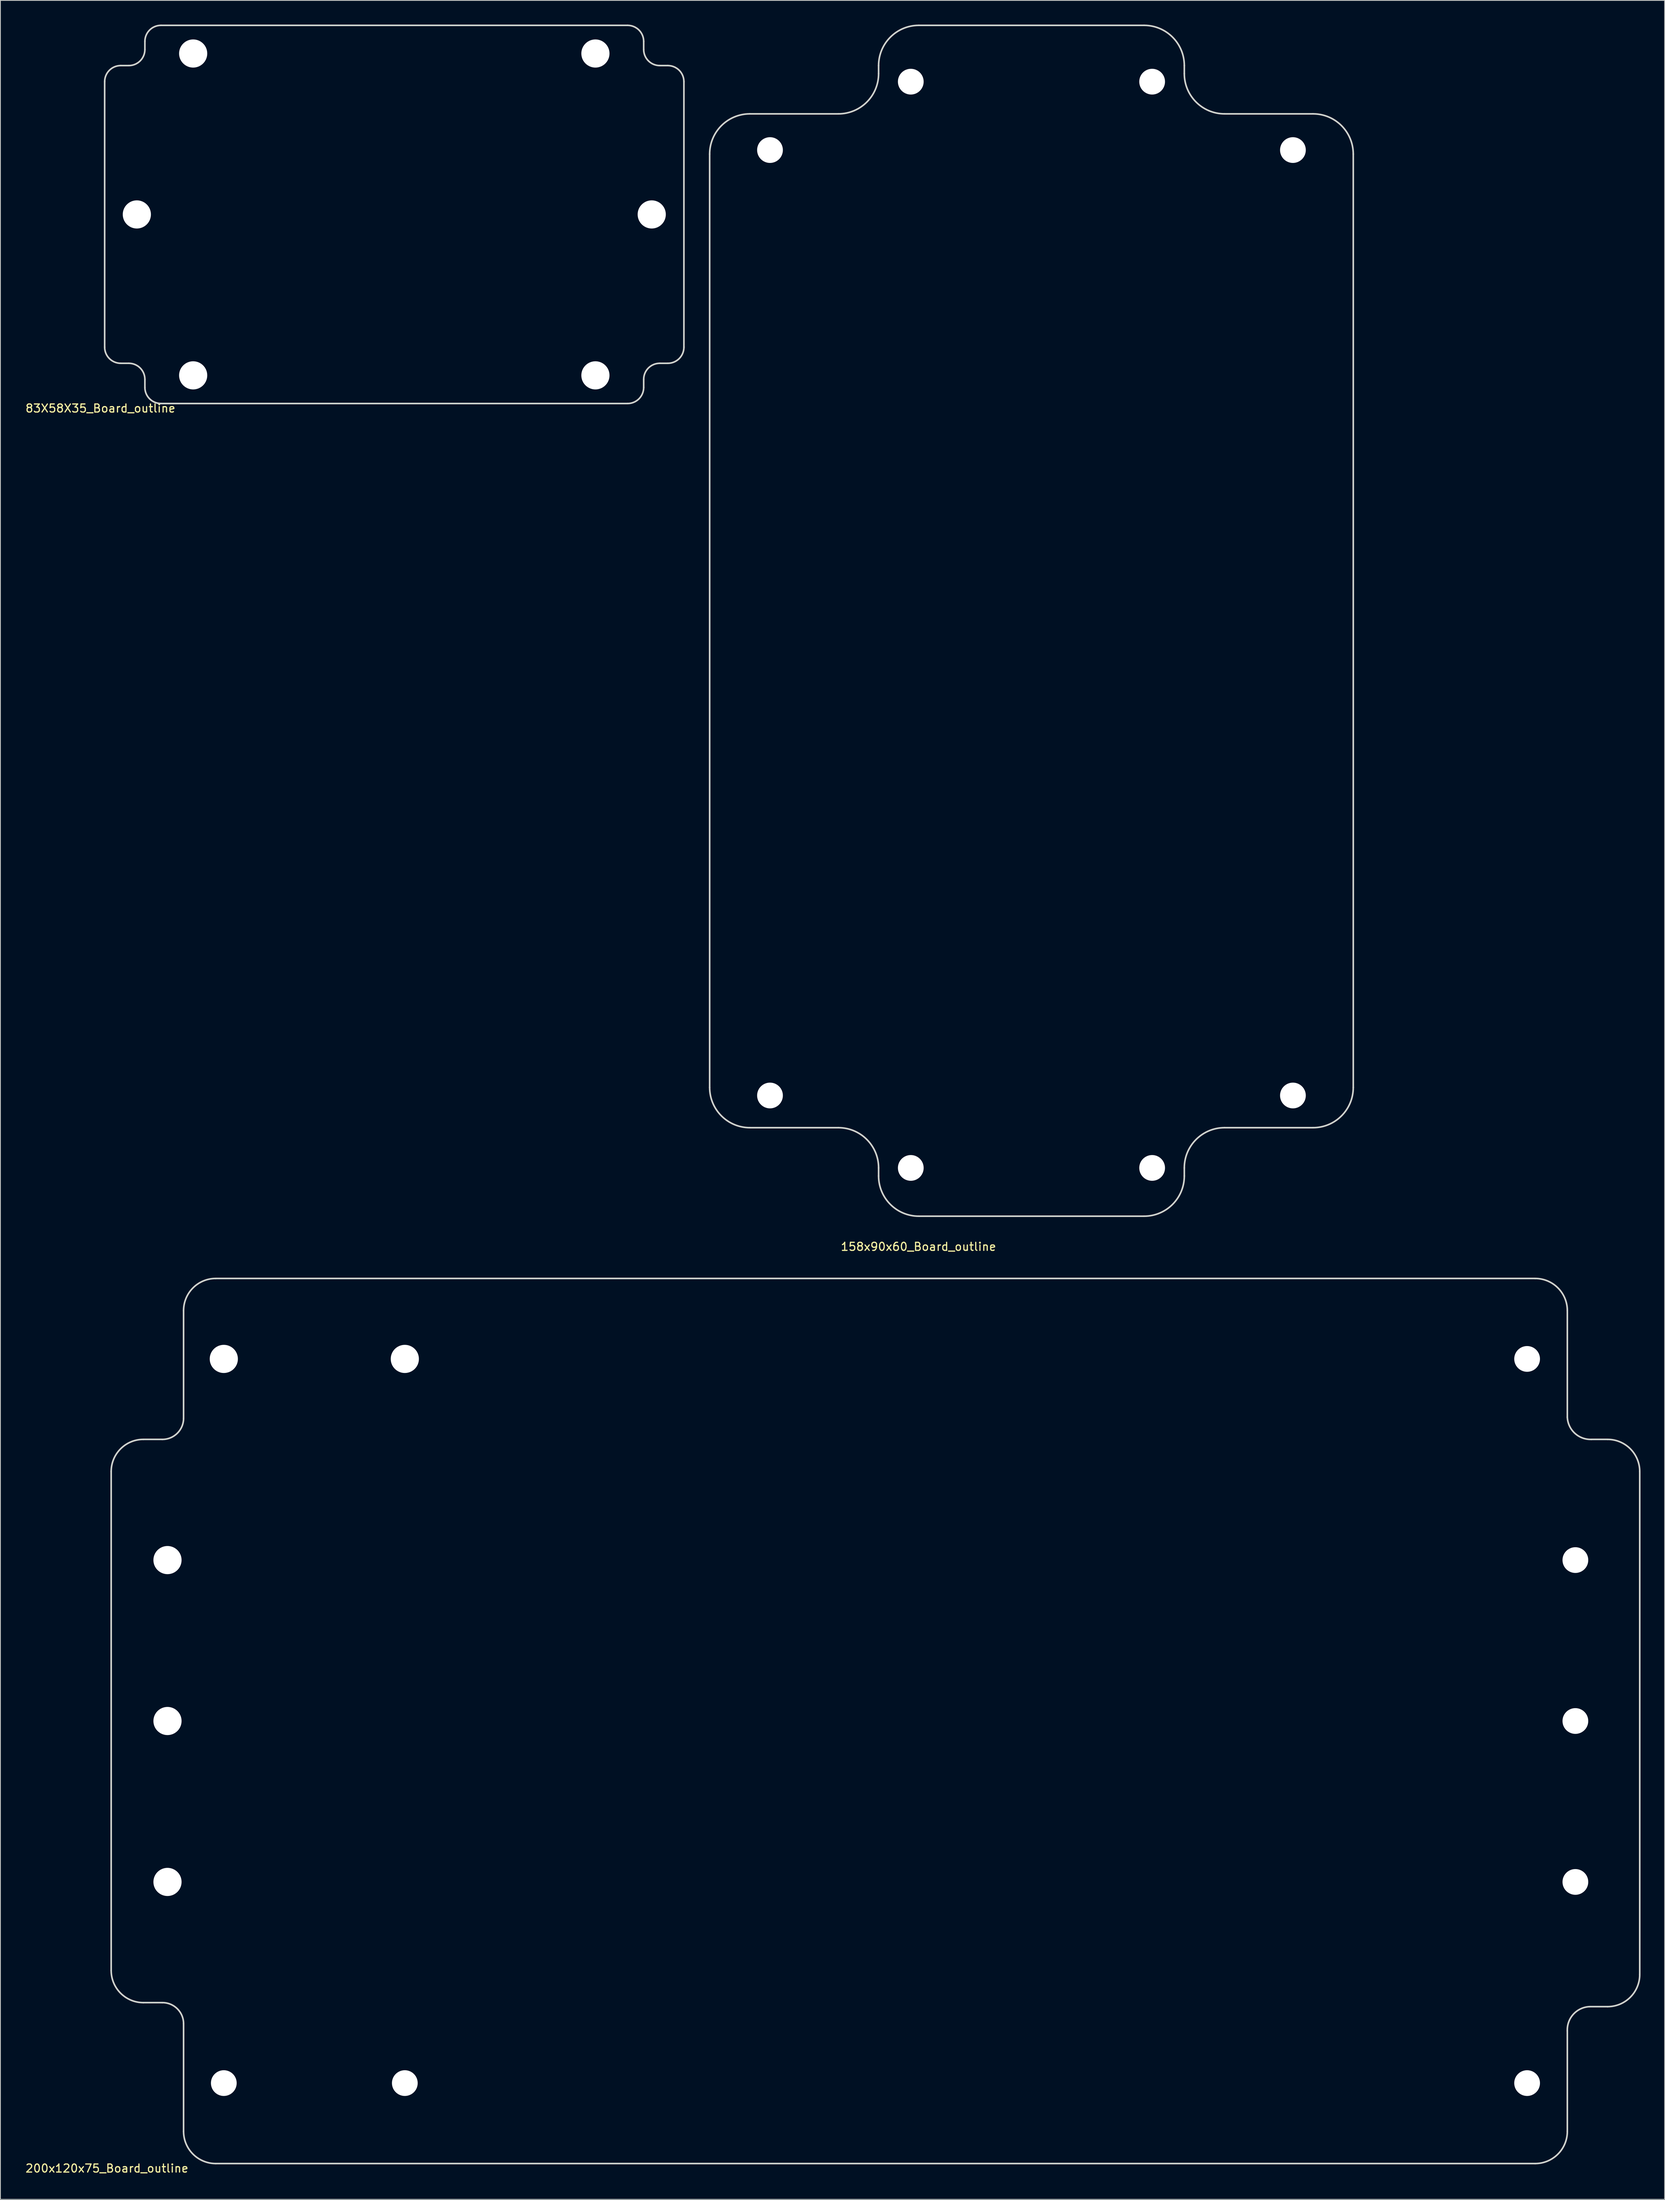
<source format=kicad_pcb>
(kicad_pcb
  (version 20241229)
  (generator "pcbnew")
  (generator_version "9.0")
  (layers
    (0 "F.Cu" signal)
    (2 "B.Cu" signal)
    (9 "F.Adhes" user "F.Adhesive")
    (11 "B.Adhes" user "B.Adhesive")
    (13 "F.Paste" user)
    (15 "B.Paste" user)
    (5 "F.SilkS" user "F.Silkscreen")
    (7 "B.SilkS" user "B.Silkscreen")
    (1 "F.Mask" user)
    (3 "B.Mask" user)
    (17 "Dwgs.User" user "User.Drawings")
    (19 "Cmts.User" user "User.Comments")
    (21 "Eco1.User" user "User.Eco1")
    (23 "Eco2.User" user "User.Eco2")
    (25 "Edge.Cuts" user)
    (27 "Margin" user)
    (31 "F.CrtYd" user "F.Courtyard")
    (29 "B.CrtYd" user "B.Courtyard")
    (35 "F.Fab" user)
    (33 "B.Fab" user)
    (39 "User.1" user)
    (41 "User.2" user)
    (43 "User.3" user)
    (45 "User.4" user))
  (footprint "200x120x75_Board_outline"
    (layer "F.Cu")
    (at 10.769 265.838)
    (property "Reference" "200x120x75_Board_outline" (at -0.525 0.6 0) (layer "F.SilkS") (effects (font (size 1 1) (thickness 0.15))))
    (attr through_hole)
    (fp_line (start 0 -24) (end 0 -86) (stroke (width 0.2) (type solid)) (layer "Edge.Cuts"))
    (fp_line (start 4 -90) (end 6.35 -90) (stroke (width 0.2) (type solid)) (layer "Edge.Cuts"))
    (fp_line (start 4 -20) (end 6.35 -20) (stroke (width 0.2) (type solid)) (layer "Edge.Cuts"))
    (fp_line (start 9 -92.61) (end 9 -106) (stroke (width 0.2) (type solid)) (layer "Edge.Cuts"))
    (fp_line (start 9 -17.39) (end 9 -4) (stroke (width 0.2) (type solid)) (layer "Edge.Cuts"))
    (fp_line (start 177 -110) (end 13 -110) (stroke (width 0.2) (type solid)) (layer "Edge.Cuts"))
    (fp_line (start 177 0) (end 13 0) (stroke (width 0.2) (type solid)) (layer "Edge.Cuts"))
    (fp_line (start 181 -106) (end 181 -92.76) (stroke (width 0.2) (type solid)) (layer "Edge.Cuts"))
    (fp_line (start 181 -16.485) (end 181 -4) (stroke (width 0.2) (type solid)) (layer "Edge.Cuts"))
    (fp_line (start 186 -90) (end 184.015 -90) (stroke (width 0.2) (type solid)) (layer "Edge.Cuts"))
    (fp_line (start 186 -19.5) (end 183.76 -19.5) (stroke (width 0.2) (type solid)) (layer "Edge.Cuts"))
    (fp_line (start 190 -23.5) (end 190 -86) (stroke (width 0.2) (type solid)) (layer "Edge.Cuts"))
    (fp_arc (start 0.00001 -85.99983) (mid 1.171552 -88.828334) (end 4.000009 -89.99999) (stroke (width 0.2) (type solid)) (layer "Edge.Cuts"))
    (fp_arc (start 4.00019 -19.99991) (mid 1.171665 -21.171453) (end 0.00001 -23.999931) (stroke (width 0.2) (type solid)) (layer "Edge.Cuts"))
    (fp_arc (start 6.349839 -20.000063) (mid 8.21545 -19.243921) (end 8.999963 -17.390062) (stroke (width 0.2) (type solid)) (layer "Edge.Cuts"))
    (fp_arc (start 8.999964 -92.61016) (mid 8.215536 -90.756264) (end 6.349959 -90.000036) (stroke (width 0.2) (type solid)) (layer "Edge.Cuts"))
    (fp_arc (start 9.00001 -105.99983) (mid 10.171552 -108.828334) (end 13.000009 -109.99999) (stroke (width 0.2) (type solid)) (layer "Edge.Cuts"))
    (fp_arc (start 13.00019 0.00009) (mid 10.171665 -1.171453) (end 9.00001 -3.999931) (stroke (width 0.2) (type solid)) (layer "Edge.Cuts"))
    (fp_arc (start 176.999908 -109.999989) (mid 179.828424 -108.828456) (end 181.000089 -105.999994) (stroke (width 0.2) (type solid)) (layer "Edge.Cuts"))
    (fp_arc (start 181.000089 -4.000092) (mid 179.828554 -1.171574) (end 177.00009 0.000089) (stroke (width 0.2) (type solid)) (layer "Edge.Cuts"))
    (fp_arc (start 181.000437 -16.484411) (mid 181.755972 -18.563604) (end 183.760431 -19.499564) (stroke (width 0.2) (type solid)) (layer "Edge.Cuts"))
    (fp_arc (start 184.015568 -90.000036) (mid 181.936395 -90.755573) (end 181.000437 -92.760012) (stroke (width 0.2) (type solid)) (layer "Edge.Cuts"))
    (fp_arc (start 185.999908 -89.999989) (mid 188.828424 -88.828456) (end 190.000089 -85.999994) (stroke (width 0.2) (type solid)) (layer "Edge.Cuts"))
    (fp_arc (start 190.000089 -23.500092) (mid 188.828554 -20.671574) (end 186.00009 -19.499911) (stroke (width 0.2) (type solid)) (layer "Edge.Cuts"))
    (pad "" np_thru_hole circle (at 7 -75) (size 3.5 3.5) (drill 3.5) (layers "*.Cu" "*.Mask"))
    (pad "" np_thru_hole circle (at 7 -55) (size 3.5 3.5) (drill 3.5) (layers "*.Cu" "*.Mask"))
    (pad "" np_thru_hole circle (at 7 -35) (size 3.5 3.5) (drill 3.5) (layers "*.Cu" "*.Mask"))
    (pad "" np_thru_hole circle (at 14 -100) (size 3.5 3.5) (drill 3.5) (layers "*.Cu" "*.Mask"))
    (pad "" np_thru_hole circle (at 14 -10) (size 3.2 3.2) (drill 3.2) (layers "*.Cu" "*.Mask"))
    (pad "" np_thru_hole circle (at 36.5 -100) (size 3.5 3.5) (drill 3.5) (layers "*.Cu" "*.Mask"))
    (pad "" np_thru_hole circle (at 36.5 -10) (size 3.2 3.2) (drill 3.2) (layers "*.Cu" "*.Mask"))
    (pad "" np_thru_hole circle (at 176 -100) (size 3.2 3.2) (drill 3.2) (layers "*.Cu" "*.Mask"))
    (pad "" np_thru_hole circle (at 176 -10) (size 3.2 3.2) (drill 3.2) (layers "*.Cu" "*.Mask"))
    (pad "" np_thru_hole circle (at 182 -75) (size 3.2 3.2) (drill 3.2) (layers "*.Cu" "*.Mask"))
    (pad "" np_thru_hole circle (at 182 -55) (size 3.2 3.2) (drill 3.2) (layers "*.Cu" "*.Mask"))
    (pad "" np_thru_hole circle (at 182 -35) (size 3.2 3.2) (drill 3.2) (layers "*.Cu" "*.Mask")))
  (footprint "83X58X35_Board_outline"
    (layer "F.Cu")
    (at 9.96 47.1)
    (property "Reference" "83X58X35_Board_outline" (at -0.525 0.6 0) (layer "F.SilkS") (effects (font (size 1 1) (thickness 0.15))))
    (attr through_hole)
    (fp_line (start 0 -7) (end 0 -40) (stroke (width 0.2) (type solid)) (layer "Edge.Cuts"))
    (fp_line (start 3 -42) (end 2 -42) (stroke (width 0.2) (type solid)) (layer "Edge.Cuts"))
    (fp_line (start 3 -5) (end 2 -5) (stroke (width 0.2) (type solid)) (layer "Edge.Cuts"))
    (fp_line (start 5 -44) (end 5 -45) (stroke (width 0.2) (type solid)) (layer "Edge.Cuts"))
    (fp_line (start 5 -3) (end 5 -2) (stroke (width 0.2) (type solid)) (layer "Edge.Cuts"))
    (fp_line (start 7 -47) (end 65 -47) (stroke (width 0.2) (type solid)) (layer "Edge.Cuts"))
    (fp_line (start 65 0) (end 7 0) (stroke (width 0.2) (type solid)) (layer "Edge.Cuts"))
    (fp_line (start 67 -44) (end 67 -45) (stroke (width 0.2) (type solid)) (layer "Edge.Cuts"))
    (fp_line (start 67 -3) (end 67 -2) (stroke (width 0.2) (type solid)) (layer "Edge.Cuts"))
    (fp_line (start 69 -42) (end 70 -42) (stroke (width 0.2) (type solid)) (layer "Edge.Cuts"))
    (fp_line (start 69 -5) (end 70 -5) (stroke (width 0.2) (type solid)) (layer "Edge.Cuts"))
    (fp_line (start 72 -7) (end 72 -40) (stroke (width 0.2) (type solid)) (layer "Edge.Cuts"))
    (fp_arc (start 0 -40) (mid 0.585786 -41.414214) (end 2 -42) (stroke (width 0.2) (type solid)) (layer "Edge.Cuts"))
    (fp_arc (start 2 -5) (mid 0.585786 -5.585786) (end 0 -7) (stroke (width 0.2) (type solid)) (layer "Edge.Cuts"))
    (fp_arc (start 3 -5) (mid 4.414214 -4.414214) (end 5 -3) (stroke (width 0.2) (type solid)) (layer "Edge.Cuts"))
    (fp_arc (start 4.999999 -45) (mid 5.585785 -46.414214) (end 6.999999 -47) (stroke (width 0.2) (type solid)) (layer "Edge.Cuts"))
    (fp_arc (start 4.999999 -44) (mid 4.414213 -42.585786) (end 2.999999 -42) (stroke (width 0.2) (type solid)) (layer "Edge.Cuts"))
    (fp_arc (start 7 0) (mid 5.585786 -0.585786) (end 5 -2) (stroke (width 0.2) (type solid)) (layer "Edge.Cuts"))
    (fp_arc (start 65 -47) (mid 66.414214 -46.414214) (end 67 -45) (stroke (width 0.2) (type solid)) (layer "Edge.Cuts"))
    (fp_arc (start 67 -3) (mid 67.585786 -4.414214) (end 69 -5) (stroke (width 0.2) (type solid)) (layer "Edge.Cuts"))
    (fp_arc (start 67 -2) (mid 66.414214 -0.585786) (end 65 0) (stroke (width 0.2) (type solid)) (layer "Edge.Cuts"))
    (fp_arc (start 69 -42) (mid 67.585786 -42.585786) (end 67 -44) (stroke (width 0.2) (type solid)) (layer "Edge.Cuts"))
    (fp_arc (start 70 -42) (mid 71.414214 -41.414214) (end 72 -40) (stroke (width 0.2) (type solid)) (layer "Edge.Cuts"))
    (fp_arc (start 72 -7) (mid 71.414214 -5.585786) (end 70 -5) (stroke (width 0.2) (type solid)) (layer "Edge.Cuts"))
    (pad "" np_thru_hole circle (at 4 -23.5) (size 3.5 3.5) (drill 3.5) (layers "*.Cu" "*.Mask"))
    (pad "" np_thru_hole circle (at 11 -43.5) (size 3.5 3.5) (drill 3.5) (layers "*.Cu" "*.Mask"))
    (pad "" np_thru_hole circle (at 11 -3.5) (size 3.5 3.5) (drill 3.5) (layers "*.Cu" "*.Mask"))
    (pad "" np_thru_hole circle (at 61 -43.5) (size 3.5 3.5) (drill 3.5) (layers "*.Cu" "*.Mask"))
    (pad "" np_thru_hole circle (at 61 -3.5) (size 3.5 3.5) (drill 3.5) (layers "*.Cu" "*.Mask"))
    (pad "" np_thru_hole circle (at 68 -23.5) (size 3.5 3.5) (drill 3.5) (layers "*.Cu" "*.Mask")))
  (footprint "158x90x60_Board_outline"
    (layer "F.Cu")
    (at 125.115 73.89)
    (property "Reference" "158x90x60_Board_outline" (at -14 78 0) (layer "F.SilkS") (effects (font (size 1 1) (thickness 0.15))))
    (attr through_hole)
    (fp_line (start -39.955 58.21) (end -39.955 -57.79) (stroke (width 0.2) (type solid)) (layer "Edge.Cuts"))
    (fp_line (start -23.955 -62.79) (end -34.955 -62.79) (stroke (width 0.2) (type solid)) (layer "Edge.Cuts"))
    (fp_line (start -23.955 63.21) (end -34.955 63.21) (stroke (width 0.2) (type solid)) (layer "Edge.Cuts"))
    (fp_line (start -18.955 -68.79) (end -18.955 -67.79) (stroke (width 0.2) (type solid)) (layer "Edge.Cuts"))
    (fp_line (start -18.955 69.21) (end -18.955 68.21) (stroke (width 0.2) (type solid)) (layer "Edge.Cuts"))
    (fp_line (start -13.955 -73.79) (end 14.045 -73.79) (stroke (width 0.2) (type solid)) (layer "Edge.Cuts"))
    (fp_line (start 14.045 74.21) (end -13.955 74.21) (stroke (width 0.2) (type solid)) (layer "Edge.Cuts"))
    (fp_line (start 19.045 -68.79) (end 19.045 -67.79) (stroke (width 0.2) (type solid)) (layer "Edge.Cuts"))
    (fp_line (start 19.045 69.21) (end 19.045 68.21) (stroke (width 0.2) (type solid)) (layer "Edge.Cuts"))
    (fp_line (start 24.045 -62.79) (end 35.045 -62.79) (stroke (width 0.2) (type solid)) (layer "Edge.Cuts"))
    (fp_line (start 24.045 63.21) (end 35.045 63.21) (stroke (width 0.2) (type solid)) (layer "Edge.Cuts"))
    (fp_line (start 40.045 -57.79) (end 40.045 58.21) (stroke (width 0.2) (type solid)) (layer "Edge.Cuts"))
    (fp_arc (start -39.955 -57.79) (mid -38.490534 -61.325534) (end -34.955 -62.79) (stroke (width 0.2) (type solid)) (layer "Edge.Cuts"))
    (fp_arc (start -34.955 63.21) (mid -38.490534 61.745534) (end -39.955 58.21) (stroke (width 0.2) (type solid)) (layer "Edge.Cuts"))
    (fp_arc (start -23.955 63.21) (mid -20.419466 64.674466) (end -18.955 68.21) (stroke (width 0.2) (type solid)) (layer "Edge.Cuts"))
    (fp_arc (start -18.955 -68.79) (mid -17.490534 -72.325534) (end -13.955 -73.79) (stroke (width 0.2) (type solid)) (layer "Edge.Cuts"))
    (fp_arc (start -18.955 -67.79) (mid -20.419466 -64.254466) (end -23.955 -62.79) (stroke (width 0.2) (type solid)) (layer "Edge.Cuts"))
    (fp_arc (start -13.955 74.21) (mid -17.490534 72.745534) (end -18.955 69.21) (stroke (width 0.2) (type solid)) (layer "Edge.Cuts"))
    (fp_arc (start 14.045 -73.79) (mid 17.580534 -72.325534) (end 19.045 -68.79) (stroke (width 0.2) (type solid)) (layer "Edge.Cuts"))
    (fp_arc (start 19.045 68.21) (mid 20.509466 64.674466) (end 24.045 63.21) (stroke (width 0.2) (type solid)) (layer "Edge.Cuts"))
    (fp_arc (start 19.045 69.21) (mid 17.580534 72.745534) (end 14.045 74.21) (stroke (width 0.2) (type solid)) (layer "Edge.Cuts"))
    (fp_arc (start 24.045 -62.79) (mid 20.509466 -64.254466) (end 19.045 -67.79) (stroke (width 0.2) (type solid)) (layer "Edge.Cuts"))
    (fp_arc (start 35.045 -62.79) (mid 38.580534 -61.325534) (end 40.045 -57.79) (stroke (width 0.2) (type solid)) (layer "Edge.Cuts"))
    (fp_arc (start 40.045 58.21) (mid 38.580534 61.745534) (end 35.045 63.21) (stroke (width 0.2) (type solid)) (layer "Edge.Cuts"))
    (pad "" np_thru_hole circle (at -32.455 -58.29) (size 3.2 3.2) (drill 3.2) (layers "*.Cu" "*.Mask"))
    (pad "" np_thru_hole circle (at -32.455 59.21) (size 3.2 3.2) (drill 3.2) (layers "*.Cu" "*.Mask"))
    (pad "" np_thru_hole circle (at -14.955 -66.79) (size 3.2 3.2) (drill 3.2) (layers "*.Cu" "*.Mask"))
    (pad "" np_thru_hole circle (at -14.955 68.21) (size 3.2 3.2) (drill 3.2) (layers "*.Cu" "*.Mask"))
    (pad "" np_thru_hole circle (at 15.045 -66.79) (size 3.2 3.2) (drill 3.2) (layers "*.Cu" "*.Mask"))
    (pad "" np_thru_hole circle (at 15.045 68.21) (size 3.2 3.2) (drill 3.2) (layers "*.Cu" "*.Mask"))
    (pad "" np_thru_hole circle (at 32.545 -58.29) (size 3.2 3.2) (drill 3.2) (layers "*.Cu" "*.Mask"))
    (pad "" np_thru_hole circle (at 32.545 59.21) (size 3.2 3.2) (drill 3.2) (layers "*.Cu" "*.Mask")))
  (gr_rect
    (start -3 -3)
    (end 203.869 270.286)
    (stroke (width 0.1) (type default))
    (fill no)
    (layer "Edge.Cuts")))
</source>
